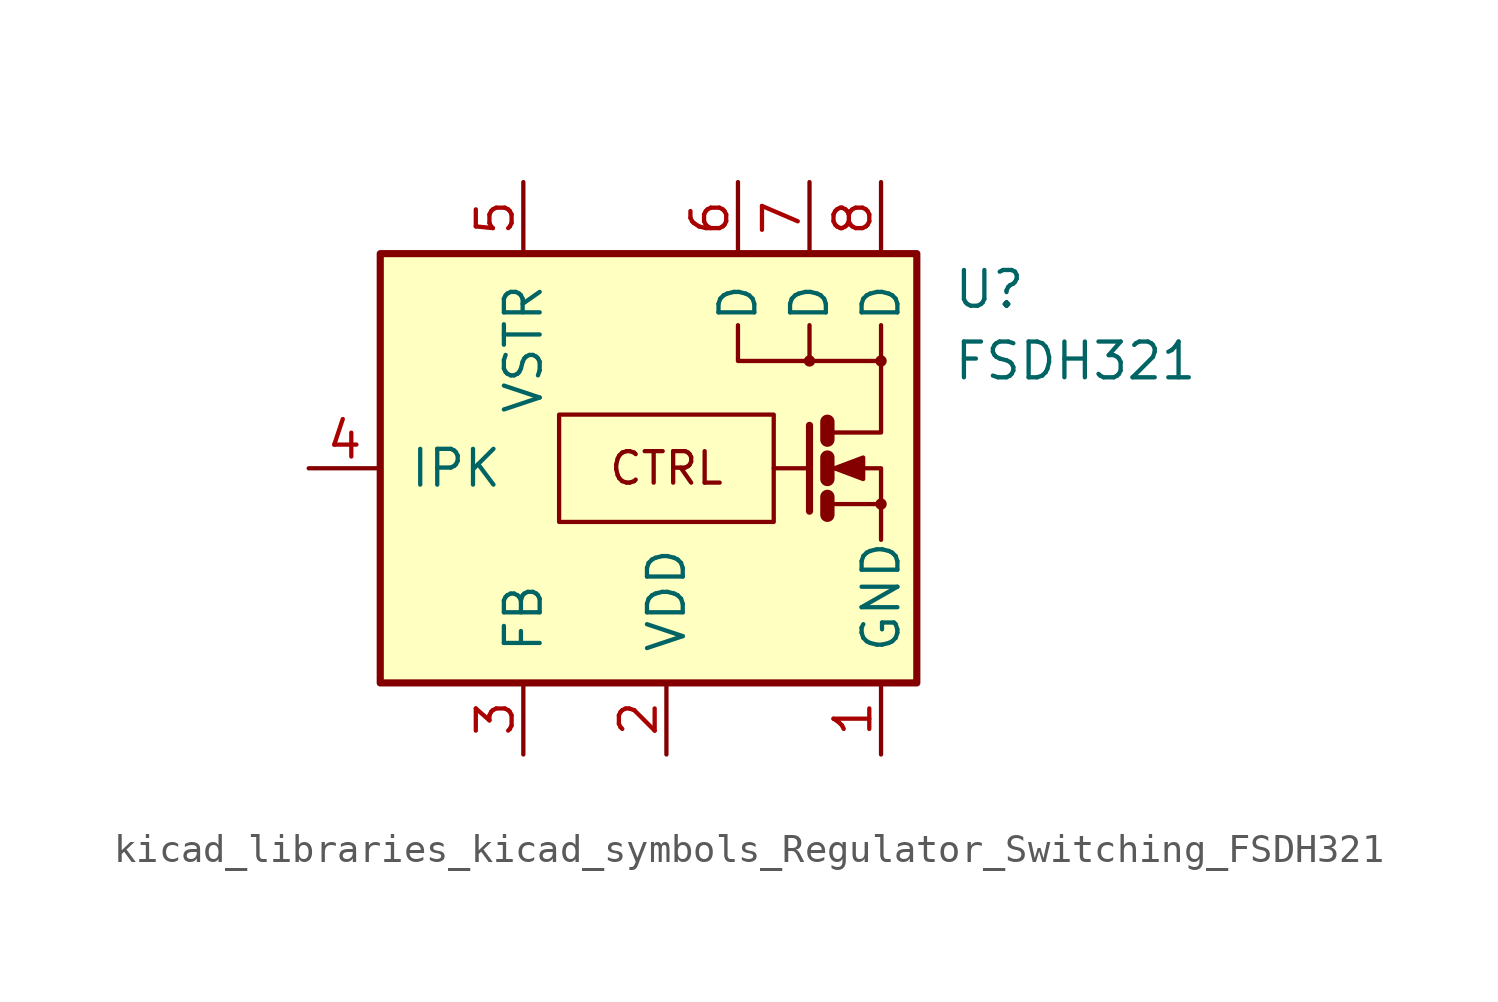
<source format=kicad_sym>
(kicad_symbol_lib
  (version 20220914)
  (generator kicad_symbol_editor)
  (symbol "kicad_libraries_kicad_symbols_Regulator_Switching_FSDH321"
    (pin_names
      (offset 1.016))
    (property "Reference" "U"
      (at 10.16 6.35 0)
      (effects (font (size 1.27 1.27)) (justify left)))
    (property "Value" "FSDH321"
      (at 10.16 3.81 0)
      (effects (font (size 1.27 1.27)) (justify left)))
    (symbol "kicad_libraries_kicad_symbols_Regulator_Switching_FSDH321_0_0"
      (rectangle (start -10.16 7.62) (end 8.89 -7.62) (stroke (width 0.254) (type default)) (fill (type background)))
      (circle (center 5.08 3.81) (radius 0.127) (stroke (width 0) (type default)) (fill (type none)))
      (circle (center 7.62 -1.27) (radius 0.127) (stroke (width 0) (type default)) (fill (type none)))
      (text "CTRL" (at 0 0 0) (effects (font (size 1.118 1.118)))))
    (symbol "kicad_libraries_kicad_symbols_Regulator_Switching_FSDH321_0_1"
      (rectangle (start -3.81 1.905) (end 3.81 -1.905) (stroke (width 0) (type default)) (fill (type none)))
      (polyline (pts (xy 5.08 0) (xy 3.81 0)) (stroke (width 0) (type default)) (fill (type none)))
      (polyline (pts (xy 5.08 3.81) (xy 5.08 5.08)) (stroke (width 0) (type default)) (fill (type none)))
      (polyline (pts (xy 5.715 -1.016) (xy 5.715 -1.651)) (stroke (width 0.508) (type default)) (fill (type none)))
      (polyline (pts (xy 5.715 0.381) (xy 5.715 -0.381)) (stroke (width 0.508) (type default)) (fill (type none)))
      (polyline (pts (xy 5.715 1.651) (xy 5.715 1.016)) (stroke (width 0.508) (type default)) (fill (type none)))
      (polyline (pts (xy 5.08 1.524) (xy 5.08 -1.524) (xy 5.08 -1.524)) (stroke (width 0.254) (type default)) (fill (type none)))
      (polyline (pts (xy 5.715 -1.27) (xy 7.62 -1.27) (xy 7.62 -2.54)) (stroke (width 0) (type default)) (fill (type none)))
      (polyline (pts (xy 7.62 3.81) (xy 2.54 3.81) (xy 2.54 5.08)) (stroke (width 0) (type default)) (fill (type none)))
      (polyline (pts (xy 5.715 1.27) (xy 6.731 1.27) (xy 7.62 1.27) (xy 7.62 5.08)) (stroke (width 0) (type default)) (fill (type none)))
      (polyline (pts (xy 5.842 0) (xy 6.35 0) (xy 7.62 0) (xy 7.62 -1.27) (xy 7.62 -1.27)) (stroke (width 0) (type default)) (fill (type none)))
      (polyline (pts (xy 5.969 0) (xy 6.985 0.381) (xy 6.985 -0.381) (xy 5.969 0) (xy 6.096 0) (xy 6.096 0)) (stroke (width 0) (type default)) (fill (type outline)))
      (circle (center 7.62 3.81) (radius 0.127) (stroke (width 0) (type default)) (fill (type none))))
    (symbol "kicad_libraries_kicad_symbols_Regulator_Switching_FSDH321_1_1"
      (pin power_in line (at 7.62 -10.16 90) (length 2.54) (name "GND" (effects (font (size 1.27 1.27)))) (number "1" (effects (font (size 1.27 1.27)))))
      (pin power_in line (at 0 -10.16 90) (length 2.54) (name "VDD" (effects (font (size 1.27 1.27)))) (number "2" (effects (font (size 1.27 1.27)))))
      (pin input line (at -5.08 -10.16 90) (length 2.54) (name "FB" (effects (font (size 1.27 1.27)))) (number "3" (effects (font (size 1.27 1.27)))))
      (pin passive line (at -12.7 0 0) (length 2.54) (name "IPK" (effects (font (size 1.27 1.27)))) (number "4" (effects (font (size 1.27 1.27)))))
      (pin passive line (at -5.08 10.16 270) (length 2.54) (name "VSTR" (effects (font (size 1.27 1.27)))) (number "5" (effects (font (size 1.27 1.27)))))
      (pin passive line (at 2.54 10.16 270) (length 2.54) (name "D" (effects (font (size 1.27 1.27)))) (number "6" (effects (font (size 1.27 1.27)))))
      (pin passive line (at 5.08 10.16 270) (length 2.54) (name "D" (effects (font (size 1.27 1.27)))) (number "7" (effects (font (size 1.27 1.27)))))
      (pin passive line (at 7.62 10.16 270) (length 2.54) (name "D" (effects (font (size 1.27 1.27)))) (number "8" (effects (font (size 1.27 1.27))))))))
</source>
